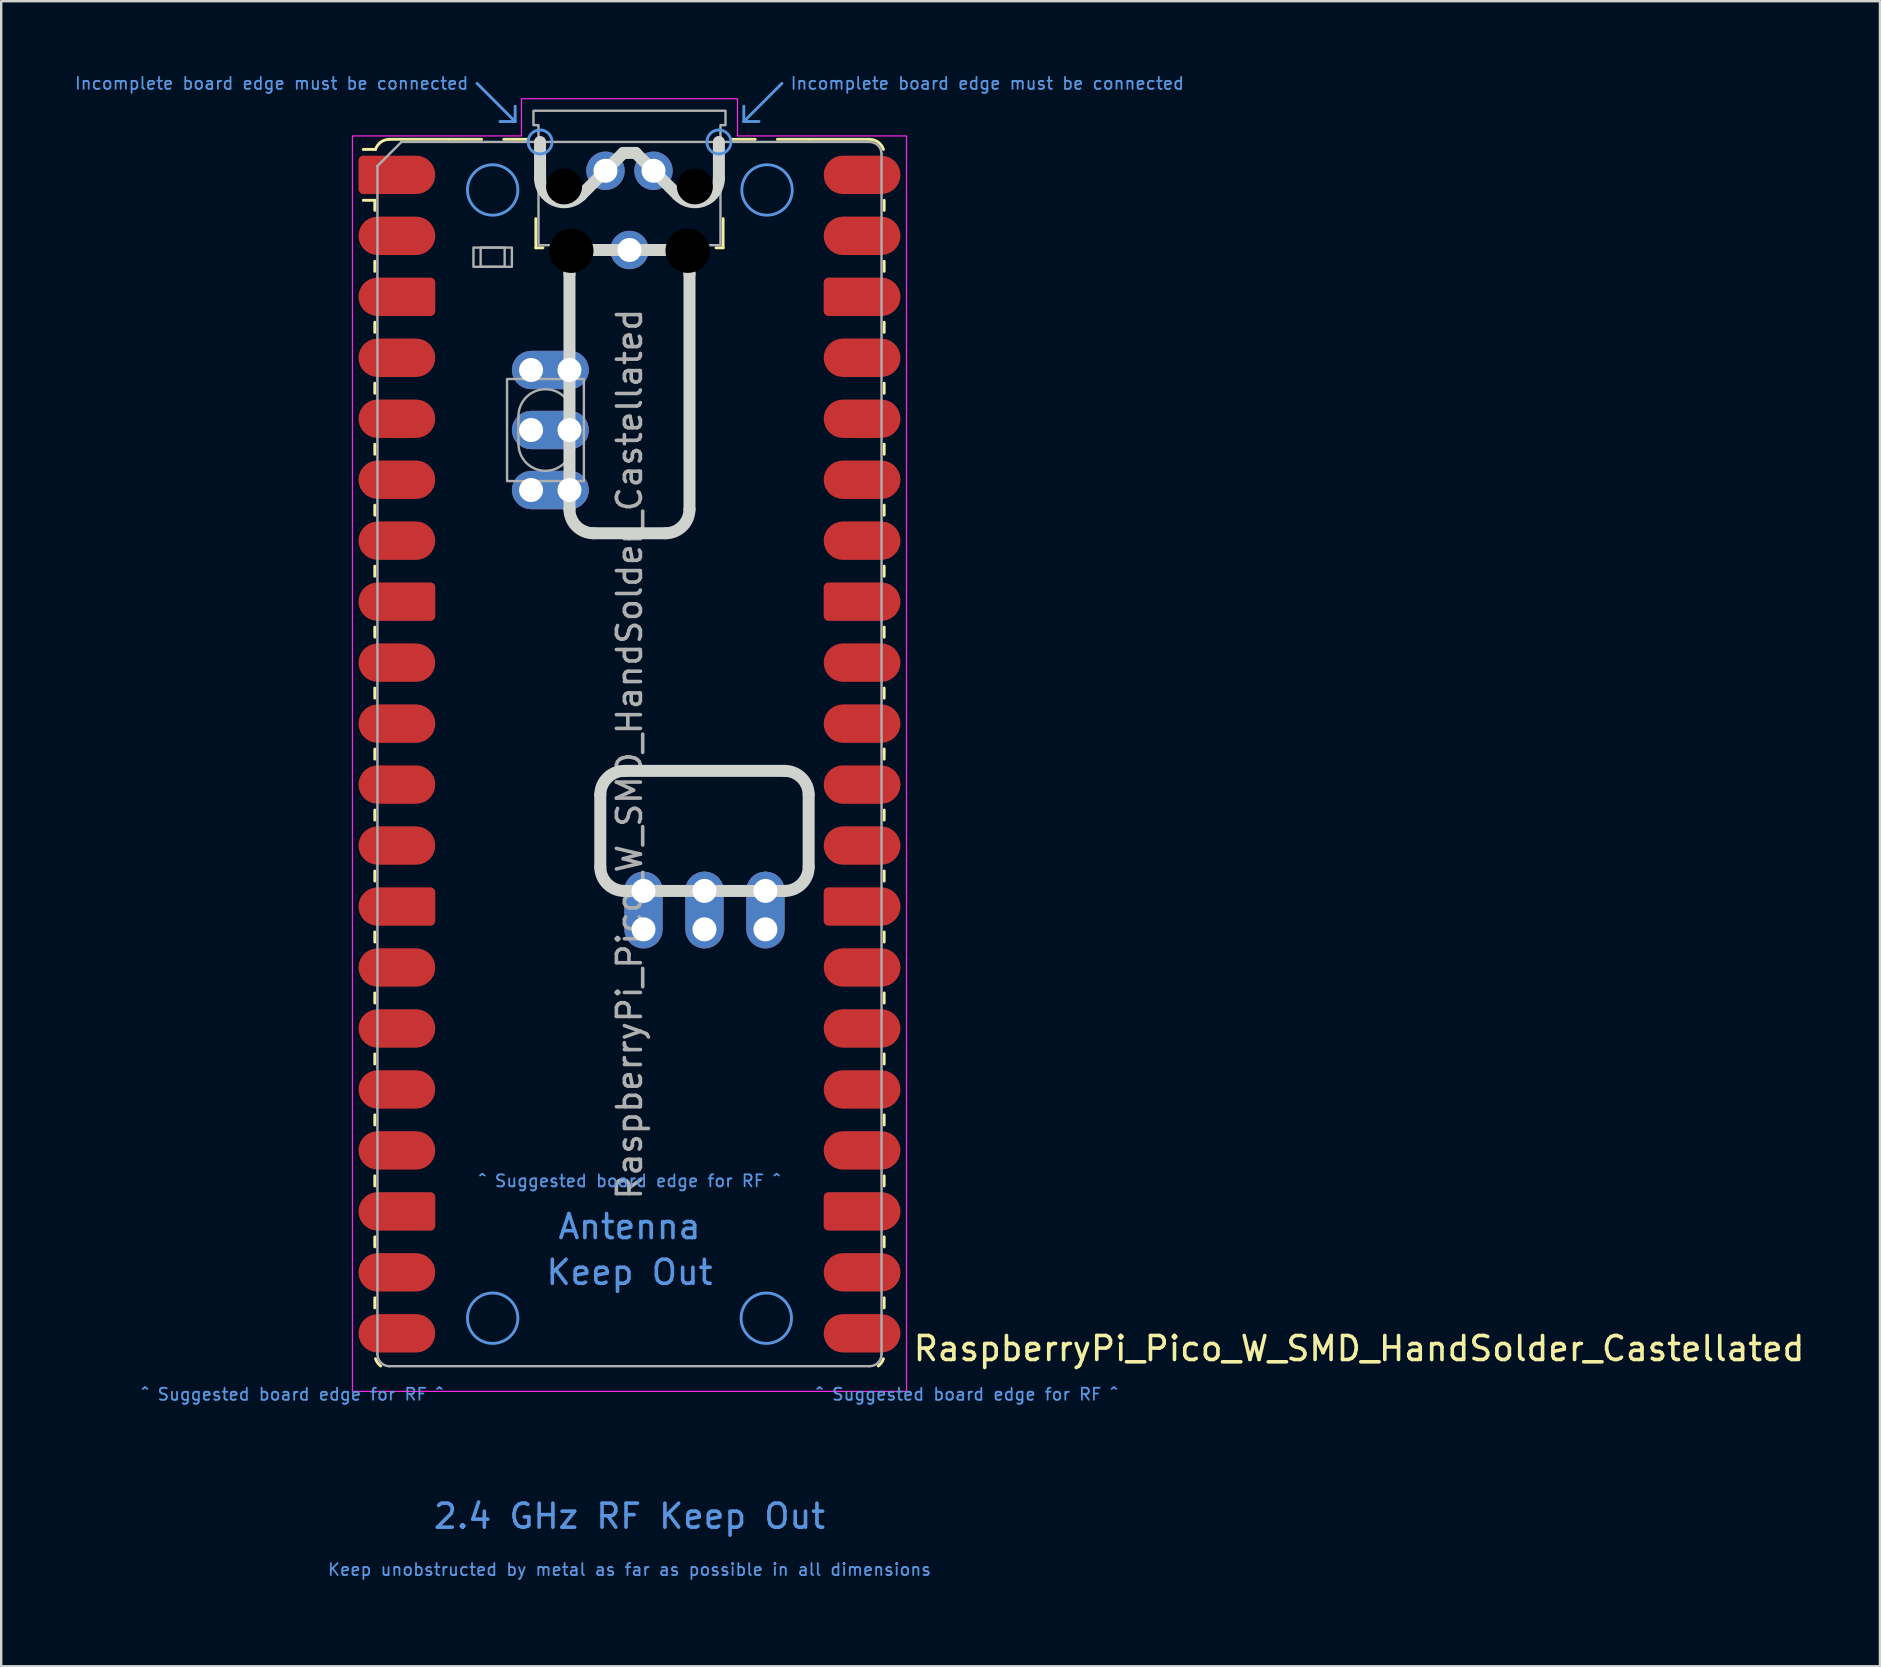
<source format=kicad_pcb>
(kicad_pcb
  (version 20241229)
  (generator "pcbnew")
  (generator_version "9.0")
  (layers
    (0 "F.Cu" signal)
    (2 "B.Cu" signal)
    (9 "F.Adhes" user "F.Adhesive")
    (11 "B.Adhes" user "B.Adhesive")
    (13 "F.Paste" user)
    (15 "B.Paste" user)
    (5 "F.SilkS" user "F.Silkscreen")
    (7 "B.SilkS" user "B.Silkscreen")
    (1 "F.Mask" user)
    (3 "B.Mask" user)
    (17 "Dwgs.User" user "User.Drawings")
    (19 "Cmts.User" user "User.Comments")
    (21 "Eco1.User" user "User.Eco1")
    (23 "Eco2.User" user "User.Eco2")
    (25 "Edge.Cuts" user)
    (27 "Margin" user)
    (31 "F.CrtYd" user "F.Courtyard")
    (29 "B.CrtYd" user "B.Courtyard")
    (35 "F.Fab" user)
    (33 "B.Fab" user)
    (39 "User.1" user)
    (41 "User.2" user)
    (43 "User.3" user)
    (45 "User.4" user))
  (footprint "RaspberryPi_Pico_W_SMD_HandSolder_Castellated"
    (layer "F.Cu")
    (at 23.173 28.364)
    (property "Reference" "RaspberryPi_Pico_W_SMD_HandSolder_Castellated" (at 11.748 24.765 0) (unlocked yes) (layer "F.SilkS") (effects (font (size 1 1) (thickness 0.15)) (justify left)))
    (attr smd)
    (fp_line (start -10.61 -23.07) (end -11.09 -23.07) (stroke (width 0.12) (type solid)) (layer "F.SilkS"))
    (fp_line (start -10.61 -23.07) (end -10.61 -22.65) (stroke (width 0.12) (type solid)) (layer "F.SilkS"))
    (fp_line (start -10.61 -20.53) (end -10.61 -20.11) (stroke (width 0.12) (type solid)) (layer "F.SilkS"))
    (fp_line (start -10.61 -17.99) (end -10.61 -17.57) (stroke (width 0.12) (type solid)) (layer "F.SilkS"))
    (fp_line (start -10.61 -15.45) (end -10.61 -15.03) (stroke (width 0.12) (type solid)) (layer "F.SilkS"))
    (fp_line (start -10.61 -12.91) (end -10.61 -12.49) (stroke (width 0.12) (type solid)) (layer "F.SilkS"))
    (fp_line (start -10.61 -10.37) (end -10.61 -9.95) (stroke (width 0.12) (type solid)) (layer "F.SilkS"))
    (fp_line (start -10.61 -7.83) (end -10.61 -7.41) (stroke (width 0.12) (type solid)) (layer "F.SilkS"))
    (fp_line (start -10.61 -5.29) (end -10.61 -4.87) (stroke (width 0.12) (type solid)) (layer "F.SilkS"))
    (fp_line (start -10.61 -2.75) (end -10.61 -2.33) (stroke (width 0.12) (type solid)) (layer "F.SilkS"))
    (fp_line (start -10.61 -0.21) (end -10.61 0.21) (stroke (width 0.12) (type solid)) (layer "F.SilkS"))
    (fp_line (start -10.61 2.33) (end -10.61 2.75) (stroke (width 0.12) (type solid)) (layer "F.SilkS"))
    (fp_line (start -10.61 4.87) (end -10.61 5.29) (stroke (width 0.12) (type solid)) (layer "F.SilkS"))
    (fp_line (start -10.61 7.41) (end -10.61 7.83) (stroke (width 0.12) (type solid)) (layer "F.SilkS"))
    (fp_line (start -10.61 9.95) (end -10.61 10.37) (stroke (width 0.12) (type solid)) (layer "F.SilkS"))
    (fp_line (start -10.61 12.49) (end -10.61 12.91) (stroke (width 0.12) (type solid)) (layer "F.SilkS"))
    (fp_line (start -10.61 15.03) (end -10.61 15.45) (stroke (width 0.12) (type solid)) (layer "F.SilkS"))
    (fp_line (start -10.61 17.57) (end -10.61 17.99) (stroke (width 0.12) (type solid)) (layer "F.SilkS"))
    (fp_line (start -10.61 20.11) (end -10.61 20.53) (stroke (width 0.12) (type solid)) (layer "F.SilkS"))
    (fp_line (start -10.61 22.65) (end -10.61 23.07) (stroke (width 0.12) (type solid)) (layer "F.SilkS"))
    (fp_line (start -10.58 -25.19) (end -11.09 -25.19) (stroke (width 0.12) (type solid)) (layer "F.SilkS"))
    (fp_line (start -10 -25.61) (end -7.51 -25.61) (stroke (width 0.12) (type solid)) (layer "F.SilkS"))
    (fp_line (start -7.51 -25.61) (end -6.162 -25.61) (stroke (width 0.12) (type solid)) (layer "F.SilkS"))
    (fp_line (start -5.238 -25.61) (end -4.235 -25.61) (stroke (width 0.12) (type solid)) (layer "F.SilkS"))
    (fp_line (start -3.9 -22.306) (end -3.9 -21.09) (stroke (width 0.12) (type solid)) (layer "F.SilkS"))
    (fp_line (start -3.9 -21.09) (end -3.604 -21.09) (stroke (width 0.12) (type solid)) (layer "F.SilkS"))
    (fp_line (start 3.604 -21.09) (end 3.9 -21.09) (stroke (width 0.12) (type solid)) (layer "F.SilkS"))
    (fp_line (start 3.9 -22.306) (end 3.9 -21.09) (stroke (width 0.12) (type solid)) (layer "F.SilkS"))
    (fp_line (start 4.235 -25.61) (end 5.238 -25.61) (stroke (width 0.12) (type solid)) (layer "F.SilkS"))
    (fp_line (start 6.162 -25.61) (end 7.51 -25.61) (stroke (width 0.12) (type solid)) (layer "F.SilkS"))
    (fp_line (start 10 -25.61) (end 7.51 -25.61) (stroke (width 0.12) (type solid)) (layer "F.SilkS"))
    (fp_line (start 10.61 -23.07) (end 10.61 -22.65) (stroke (width 0.12) (type solid)) (layer "F.SilkS"))
    (fp_line (start 10.61 -20.53) (end 10.61 -20.11) (stroke (width 0.12) (type solid)) (layer "F.SilkS"))
    (fp_line (start 10.61 -17.99) (end 10.61 -17.57) (stroke (width 0.12) (type solid)) (layer "F.SilkS"))
    (fp_line (start 10.61 -15.45) (end 10.61 -15.03) (stroke (width 0.12) (type solid)) (layer "F.SilkS"))
    (fp_line (start 10.61 -12.91) (end 10.61 -12.49) (stroke (width 0.12) (type solid)) (layer "F.SilkS"))
    (fp_line (start 10.61 -10.37) (end 10.61 -9.95) (stroke (width 0.12) (type solid)) (layer "F.SilkS"))
    (fp_line (start 10.61 -7.83) (end 10.61 -7.41) (stroke (width 0.12) (type solid)) (layer "F.SilkS"))
    (fp_line (start 10.61 -5.29) (end 10.61 -4.87) (stroke (width 0.12) (type solid)) (layer "F.SilkS"))
    (fp_line (start 10.61 -2.75) (end 10.61 -2.33) (stroke (width 0.12) (type solid)) (layer "F.SilkS"))
    (fp_line (start 10.61 -0.21) (end 10.61 0.21) (stroke (width 0.12) (type solid)) (layer "F.SilkS"))
    (fp_line (start 10.61 2.33) (end 10.61 2.75) (stroke (width 0.12) (type solid)) (layer "F.SilkS"))
    (fp_line (start 10.61 4.87) (end 10.61 5.29) (stroke (width 0.12) (type solid)) (layer "F.SilkS"))
    (fp_line (start 10.61 7.41) (end 10.61 7.83) (stroke (width 0.12) (type solid)) (layer "F.SilkS"))
    (fp_line (start 10.61 9.95) (end 10.61 10.37) (stroke (width 0.12) (type solid)) (layer "F.SilkS"))
    (fp_line (start 10.61 12.49) (end 10.61 12.91) (stroke (width 0.12) (type solid)) (layer "F.SilkS"))
    (fp_line (start 10.61 15.03) (end 10.61 15.45) (stroke (width 0.12) (type solid)) (layer "F.SilkS"))
    (fp_line (start 10.61 17.57) (end 10.61 17.99) (stroke (width 0.12) (type solid)) (layer "F.SilkS"))
    (fp_line (start 10.61 20.11) (end 10.61 20.53) (stroke (width 0.12) (type solid)) (layer "F.SilkS"))
    (fp_line (start 10.61 22.65) (end 10.61 23.07) (stroke (width 0.12) (type solid)) (layer "F.SilkS"))
    (fp_arc (start -10.579676 -25.19) (mid -10.357938 -25.493944) (end -10 -25.61) (stroke (width 0.12) (type solid)) (layer "F.SilkS"))
    (fp_arc (start -10.363318 25.49) (mid -10.494791 25.356765) (end -10.579676 25.189937) (stroke (width 0.12) (type solid)) (layer "F.SilkS"))
    (fp_arc (start 10 -25.61) (mid 10.357937 -25.493944) (end 10.579676 -25.189937) (stroke (width 0.12) (type solid)) (layer "F.SilkS"))
    (fp_arc (start 10.579676 25.189937) (mid 10.494803 25.356773) (end 10.363318 25.49) (stroke (width 0.12) (type solid)) (layer "F.SilkS"))
    (fp_line (start -6.35 -27.94) (end -4.763 -26.352) (stroke (width 0.12) (type solid)) (layer "Cmts.User"))
    (fp_line (start -4.763 -26.352) (end -5.397 -26.352) (stroke (width 0.12) (type solid)) (layer "Cmts.User"))
    (fp_line (start -4.763 -26.352) (end -4.763 -26.988) (stroke (width 0.12) (type solid)) (layer "Cmts.User"))
    (fp_line (start 4.763 -26.352) (end 4.763 -26.988) (stroke (width 0.12) (type solid)) (layer "Cmts.User"))
    (fp_line (start 4.763 -26.352) (end 5.397 -26.352) (stroke (width 0.12) (type solid)) (layer "Cmts.User"))
    (fp_line (start 6.35 -27.94) (end 4.763 -26.352) (stroke (width 0.12) (type solid)) (layer "Cmts.User"))
    (fp_circle (center -5.7 -23.5) (end -4.65 -23.5) (stroke (width 0.12) (type solid)) (fill no) (layer "Cmts.User"))
    (fp_circle (center -5.7 23.5) (end -4.65 23.5) (stroke (width 0.12) (type solid)) (fill no) (layer "Cmts.User"))
    (fp_circle (center -3.725 -25.5) (end -3.225 -25.5) (stroke (width 0.12) (type solid)) (fill no) (layer "Cmts.User"))
    (fp_circle (center 3.725 -25.5) (end 3.225 -25.5) (stroke (width 0.12) (type solid)) (fill no) (layer "Cmts.User"))
    (fp_circle (center 5.7 23.5) (end 6.75 23.5) (stroke (width 0.12) (type solid)) (fill no) (layer "Cmts.User"))
    (fp_circle (center 5.73 -23.5) (end 6.78 -23.5) (stroke (width 0.12) (type solid)) (fill no) (layer "Cmts.User"))
    (fp_line (start -3.725 -23.989) (end -3.725 -25.5) (stroke (width 0.5) (type solid)) (layer "Edge.Cuts"))
    (fp_line (start -2.5 -20) (end -2.5 -10.2) (stroke (width 0.5) (type solid)) (layer "Edge.Cuts"))
    (fp_line (start -2.018 -23.282) (end -0.258 -25.042) (stroke (width 0.5) (type solid)) (layer "Edge.Cuts"))
    (fp_line (start -1.216 4.7) (end -1.216 1.7) (stroke (width 0.5) (type solid)) (layer "Edge.Cuts"))
    (fp_line (start -0.216 5.7) (end 6.464 5.7) (stroke (width 0.5) (type solid)) (layer "Edge.Cuts"))
    (fp_line (start 0.258 -25.042) (end -0.258 -25.042) (stroke (width 0.5) (type solid)) (layer "Edge.Cuts"))
    (fp_line (start 1.5 -21) (end -1.5 -21) (stroke (width 0.5) (type solid)) (layer "Edge.Cuts"))
    (fp_line (start 1.5 -9.2) (end -1.5 -9.2) (stroke (width 0.5) (type solid)) (layer "Edge.Cuts"))
    (fp_line (start 2.018 -23.282) (end 0.258 -25.042) (stroke (width 0.5) (type solid)) (layer "Edge.Cuts"))
    (fp_line (start 2.5 -10.2) (end 2.5 -20) (stroke (width 0.5) (type solid)) (layer "Edge.Cuts"))
    (fp_line (start 3.725 -23.989) (end 3.725 -25.5) (stroke (width 0.5) (type solid)) (layer "Edge.Cuts"))
    (fp_line (start 6.464 0.7) (end -0.216 0.7) (stroke (width 0.5) (type solid)) (layer "Edge.Cuts"))
    (fp_line (start 7.464 1.7) (end 7.464 4.7) (stroke (width 0.5) (type solid)) (layer "Edge.Cuts"))
    (fp_arc (start -2.5 -20) (mid -2.207143 -20.707143) (end -1.5 -21) (stroke (width 0.5) (type solid)) (layer "Edge.Cuts"))
    (fp_arc (start -2.017893 -23.282106) (mid -3.107741 -23.065192) (end -3.725 -23.989213) (stroke (width 0.5) (type solid)) (layer "Edge.Cuts"))
    (fp_arc (start -1.5 -9.2) (mid -2.20708 -9.49292) (end -2.5 -10.2) (stroke (width 0.5) (type solid)) (layer "Edge.Cuts"))
    (fp_arc (start -1.2159 1.7) (mid -0.923007 0.992893) (end -0.2159 0.7) (stroke (width 0.5) (type solid)) (layer "Edge.Cuts"))
    (fp_arc (start -0.2159 5.7) (mid -0.923007 5.407107) (end -1.2159 4.7) (stroke (width 0.5) (type solid)) (layer "Edge.Cuts"))
    (fp_arc (start 1.5 -21) (mid 2.207133 -20.707133) (end 2.5 -20) (stroke (width 0.5) (type solid)) (layer "Edge.Cuts"))
    (fp_arc (start 2.5 -10.2) (mid 2.207072 -9.492928) (end 1.5 -9.2) (stroke (width 0.5) (type solid)) (layer "Edge.Cuts"))
    (fp_arc (start 3.725 -23.989213) (mid 3.107683 -23.065333) (end 2.017893 -23.282106) (stroke (width 0.5) (type solid)) (layer "Edge.Cuts"))
    (fp_arc (start 6.4641 0.7) (mid 7.171207 0.992893) (end 7.4641 1.7) (stroke (width 0.5) (type solid)) (layer "Edge.Cuts"))
    (fp_arc (start 7.4641 4.7) (mid 7.171207 5.407107) (end 6.4641 5.7) (stroke (width 0.5) (type solid)) (layer "Edge.Cuts"))
    (fp_poly (pts (xy -4.5 -27.3) (xy 4.5 -27.3) (xy 4.5 -25.75) (xy 11.54 -25.75) (xy 11.54 26.55) (xy -11.54 26.55) (xy -11.54 -25.75) (xy -4.5 -25.75)) (stroke (width 0.05) (type solid)) (fill no) (layer "F.CrtYd"))
    (fp_line (start -10.5 -24.5) (end -9.5 -25.5) (stroke (width 0.1) (type solid)) (layer "F.Fab"))
    (fp_line (start -10.5 25) (end -10.5 -24.5) (stroke (width 0.1) (type solid)) (layer "F.Fab"))
    (fp_line (start -9.5 -25.5) (end 10 -25.5) (stroke (width 0.1) (type solid)) (layer "F.Fab"))
    (fp_line (start -4.625 -14.075) (end -4.625 -12.925) (stroke (width 0.1) (type solid)) (layer "F.Fab"))
    (fp_line (start -2.375 -14.075) (end -2.375 -12.925) (stroke (width 0.1) (type solid)) (layer "F.Fab"))
    (fp_line (start 10 25.5) (end -10 25.5) (stroke (width 0.1) (type solid)) (layer "F.Fab"))
    (fp_line (start 10.5 -25) (end 10.5 25) (stroke (width 0.1) (type solid)) (layer "F.Fab"))
    (fp_rect (start -6.5 -21.1) (end -4.9 -20.3) (stroke (width 0.1) (type solid)) (fill no) (layer "F.Fab"))
    (fp_rect (start -6.2 -21.1) (end -5.2 -20.3) (stroke (width 0.1) (type solid)) (fill no) (layer "F.Fab"))
    (fp_rect (start -5.1 -15.625) (end -1.9 -11.375) (stroke (width 0.1) (type solid)) (fill no) (layer "F.Fab"))
    (fp_arc (start -10 25.5) (mid -10.353553 25.353553) (end -10.5 25) (stroke (width 0.1) (type solid)) (layer "F.Fab"))
    (fp_arc (start -4.625 -14.075) (mid -3.5 -15.2) (end -2.375 -14.075) (stroke (width 0.1) (type solid)) (layer "F.Fab"))
    (fp_arc (start -2.375 -12.925) (mid -3.5 -11.8) (end -4.625 -12.925) (stroke (width 0.1) (type solid)) (layer "F.Fab"))
    (fp_arc (start 10 -25.5) (mid 10.353553 -25.353553) (end 10.5 -25) (stroke (width 0.1) (type solid)) (layer "F.Fab"))
    (fp_arc (start 10.5 25) (mid 10.353553 25.353553) (end 10 25.5) (stroke (width 0.1) (type solid)) (layer "F.Fab"))
    (fp_poly (pts (xy 3.79 -21.2) (xy 3.79 -26.2) (xy 4 -26.2) (xy 4 -26.8) (xy -4 -26.8) (xy -4 -26.2) (xy -3.79 -26.2) (xy -3.79 -21.2)) (stroke (width 0.1) (type solid)) (fill no) (layer "F.Fab"))
    (fp_text user "Keep Out" (at 0 21.59 0) (unlocked yes) (layer "Cmts.User") (effects (font (size 1 1) (thickness 0.15))))
    (fp_text user "Incomplete board edge must be connected" (at 6.668 -27.94 0) (unlocked yes) (layer "Cmts.User") (effects (font (size 0.5 0.5) (thickness 0.075)) (justify left)))
    (fp_text user "Keep unobstructed by metal as far as possible in all dimensions" (at 0 33.972 0) (unlocked yes) (layer "Cmts.User") (effects (font (size 0.5 0.5) (thickness 0.075))))
    (fp_text user "^ Suggested board edge for RF ^" (at 14.05 26.67 0) (unlocked yes) (layer "Cmts.User") (effects (font (size 0.5 0.5) (thickness 0.075))))
    (fp_text user "2.4 GHz RF Keep Out" (at 0 31.75 0) (unlocked yes) (layer "Cmts.User") (effects (font (size 1 1) (thickness 0.15))))
    (fp_text user "Incomplete board edge must be connected" (at -6.668 -27.94 0) (unlocked yes) (layer "Cmts.User") (effects (font (size 0.5 0.5) (thickness 0.075)) (justify right)))
    (fp_text user "^ Suggested board edge for RF ^" (at -14.05 26.67 0) (unlocked yes) (layer "Cmts.User") (effects (font (size 0.5 0.5) (thickness 0.075))))
    (fp_text user "Antenna" (at 0 19.685 0) (unlocked yes) (layer "Cmts.User") (effects (font (size 1 1) (thickness 0.15))))
    (fp_text user "^ Suggested board edge for RF ^" (at 0 17.78 0) (unlocked yes) (layer "Cmts.User") (effects (font (size 0.5 0.5) (thickness 0.075))))
    (fp_text user "${REFERENCE}" (at 0 0 90) (layer "F.Fab") (effects (font (size 1 1) (thickness 0.15))))
    (pad "" smd rect (at -8.89 -24.13) (size 3.8 2.2) (drill (offset -0.8 0)) (layers "F.Paste"))
    (pad "" smd rect (at -8.89 -21.59) (size 3.8 2.2) (drill (offset -0.8 0)) (layers "F.Paste"))
    (pad "" smd rect (at -8.89 -19.05) (size 3.8 2.2) (drill (offset -0.8 0)) (layers "F.Paste"))
    (pad "" smd rect (at -8.89 -16.51) (size 3.8 2.2) (drill (offset -0.8 0)) (layers "F.Paste"))
    (pad "" smd rect (at -8.89 -13.97) (size 3.8 2.2) (drill (offset -0.8 0)) (layers "F.Paste"))
    (pad "" smd rect (at -8.89 -11.43) (size 3.8 2.2) (drill (offset -0.8 0)) (layers "F.Paste"))
    (pad "" smd rect (at -8.89 -8.89) (size 3.8 2.2) (drill (offset -0.8 0)) (layers "F.Paste"))
    (pad "" smd rect (at -8.89 -6.35) (size 3.8 2.2) (drill (offset -0.8 0)) (layers "F.Paste"))
    (pad "" smd rect (at -8.89 -3.81) (size 3.8 2.2) (drill (offset -0.8 0)) (layers "F.Paste"))
    (pad "" smd rect (at -8.89 -1.27) (size 3.8 2.2) (drill (offset -0.8 0)) (layers "F.Paste"))
    (pad "" smd rect (at -8.89 1.27) (size 3.8 2.2) (drill (offset -0.8 0)) (layers "F.Paste"))
    (pad "" smd rect (at -8.89 3.81) (size 3.8 2.2) (drill (offset -0.8 0)) (layers "F.Paste"))
    (pad "" smd rect (at -8.89 6.35) (size 3.8 2.2) (drill (offset -0.8 0)) (layers "F.Paste"))
    (pad "" smd rect (at -8.89 8.89) (size 3.8 2.2) (drill (offset -0.8 0)) (layers "F.Paste"))
    (pad "" smd rect (at -8.89 11.43) (size 3.8 2.2) (drill (offset -0.8 0)) (layers "F.Paste"))
    (pad "" smd rect (at -8.89 13.97) (size 3.8 2.2) (drill (offset -0.8 0)) (layers "F.Paste"))
    (pad "" smd rect (at -8.89 16.51) (size 3.8 2.2) (drill (offset -0.8 0)) (layers "F.Paste"))
    (pad "" smd rect (at -8.89 19.05) (size 3.8 2.2) (drill (offset -0.8 0)) (layers "F.Paste"))
    (pad "" smd rect (at -8.89 21.59) (size 3.8 2.2) (drill (offset -0.8 0)) (layers "F.Paste"))
    (pad "" smd rect (at -8.89 24.13) (size 3.8 2.2) (drill (offset -0.8 0)) (layers "F.Paste"))
    (pad "" np_thru_hole circle (at -2.725 -23.65) (size 1.5 1.5) (drill 1.5) (layers "*.Mask"))
    (pad "" np_thru_hole circle (at -2.425 -20.97) (size 1.85 1.85) (drill 1.85) (layers "*.Mask"))
    (pad "" np_thru_hole circle (at 2.425 -20.97) (size 1.85 1.85) (drill 1.85) (layers "*.Mask"))
    (pad "" np_thru_hole circle (at 2.725 -23.65) (size 1.5 1.5) (drill 1.5) (layers "*.Mask"))
    (pad "" smd rect (at 8.89 -24.13) (size 3.8 2.2) (drill (offset 0.8 0)) (layers "F.Paste"))
    (pad "" smd rect (at 8.89 -21.59) (size 3.8 2.2) (drill (offset 0.8 0)) (layers "F.Paste"))
    (pad "" smd rect (at 8.89 -19.05) (size 3.8 2.2) (drill (offset 0.8 0)) (layers "F.Paste"))
    (pad "" smd rect (at 8.89 -16.51) (size 3.8 2.2) (drill (offset 0.8 0)) (layers "F.Paste"))
    (pad "" smd rect (at 8.89 -13.97) (size 3.8 2.2) (drill (offset 0.8 0)) (layers "F.Paste"))
    (pad "" smd rect (at 8.89 -11.43) (size 3.8 2.2) (drill (offset 0.8 0)) (layers "F.Paste"))
    (pad "" smd rect (at 8.89 -8.89) (size 3.8 2.2) (drill (offset 0.8 0)) (layers "F.Paste"))
    (pad "" smd rect (at 8.89 -6.35) (size 3.8 2.2) (drill (offset 0.8 0)) (layers "F.Paste"))
    (pad "" smd rect (at 8.89 -3.81) (size 3.8 2.2) (drill (offset 0.8 0)) (layers "F.Paste"))
    (pad "" smd rect (at 8.89 -1.27) (size 3.8 2.2) (drill (offset 0.8 0)) (layers "F.Paste"))
    (pad "" smd rect (at 8.89 1.27) (size 3.8 2.2) (drill (offset 0.8 0)) (layers "F.Paste"))
    (pad "" smd rect (at 8.89 3.81) (size 3.8 2.2) (drill (offset 0.8 0)) (layers "F.Paste"))
    (pad "" smd rect (at 8.89 6.35) (size 3.8 2.2) (drill (offset 0.8 0)) (layers "F.Paste"))
    (pad "" smd rect (at 8.89 8.89) (size 3.8 2.2) (drill (offset 0.8 0)) (layers "F.Paste"))
    (pad "" smd rect (at 8.89 11.43) (size 3.8 2.2) (drill (offset 0.8 0)) (layers "F.Paste"))
    (pad "" smd rect (at 8.89 13.97) (size 3.8 2.2) (drill (offset 0.8 0)) (layers "F.Paste"))
    (pad "" smd rect (at 8.89 16.51) (size 3.8 2.2) (drill (offset 0.8 0)) (layers "F.Paste"))
    (pad "" smd rect (at 8.89 19.05) (size 3.8 2.2) (drill (offset 0.8 0)) (layers "F.Paste"))
    (pad "" smd rect (at 8.89 21.59) (size 3.8 2.2) (drill (offset 0.8 0)) (layers "F.Paste"))
    (pad "" smd rect (at 8.89 24.13) (size 3.8 2.2) (drill (offset 0.8 0)) (layers "F.Paste"))
    (pad "1" smd custom (at -9.69 -24.13) (size 1.6 0.8) (layers "F.Cu" "F.Mask") (options (anchor rect)) (primitives (gr_circle (center 0.8 0) (end 1.6 0) (width 0) (fill yes)) (gr_poly (pts (xy -1.6 -0.6) (xy -1.6 0.6) (xy -1.4 0.8) (xy 0.8 0.8) (xy 0.8 -0.8) (xy -1.4 -0.8)) (width 0) (fill yes)) (gr_circle (center -1.4 -0.6) (end -1.2 -0.6) (width 0) (fill yes)) (gr_circle (center -1.4 0.6) (end -1.2 0.6) (width 0) (fill yes))))
    (pad "2" smd roundrect (at -9.69 -21.59) (size 3.2 1.6) (layers "F.Cu" "F.Mask") (roundrect_rratio 0.5))
    (pad "3" smd custom (at -9.69 -19.05) (size 1.6 0.8) (layers "F.Cu" "F.Mask") (options (anchor rect)) (primitives (gr_circle (center -0.8 0) (end 0 0) (width 0) (fill yes)) (gr_poly (pts (xy 1.6 -0.6) (xy 1.6 0.6) (xy 1.4 0.8) (xy -0.8 0.8) (xy -0.8 -0.8) (xy 1.4 -0.8)) (width 0) (fill yes)) (gr_circle (center 1.4 -0.6) (end 1.6 -0.6) (width 0) (fill yes)) (gr_circle (center 1.4 0.6) (end 1.6 0.6) (width 0) (fill yes))))
    (pad "4" smd roundrect (at -9.69 -16.51) (size 3.2 1.6) (layers "F.Cu" "F.Mask") (roundrect_rratio 0.5))
    (pad "5" smd roundrect (at -9.69 -13.97) (size 3.2 1.6) (layers "F.Cu" "F.Mask") (roundrect_rratio 0.5))
    (pad "6" smd roundrect (at -9.69 -11.43) (size 3.2 1.6) (layers "F.Cu" "F.Mask") (roundrect_rratio 0.5))
    (pad "7" smd roundrect (at -9.69 -8.89) (size 3.2 1.6) (layers "F.Cu" "F.Mask") (roundrect_rratio 0.5))
    (pad "8" smd custom (at -9.69 -6.35) (size 1.6 0.8) (layers "F.Cu" "F.Mask") (options (anchor rect)) (primitives (gr_circle (center -0.8 0) (end 0 0) (width 0) (fill yes)) (gr_poly (pts (xy 1.6 -0.6) (xy 1.6 0.6) (xy 1.4 0.8) (xy -0.8 0.8) (xy -0.8 -0.8) (xy 1.4 -0.8)) (width 0) (fill yes)) (gr_circle (center 1.4 -0.6) (end 1.6 -0.6) (width 0) (fill yes)) (gr_circle (center 1.4 0.6) (end 1.6 0.6) (width 0) (fill yes))))
    (pad "9" smd roundrect (at -9.69 -3.81) (size 3.2 1.6) (layers "F.Cu" "F.Mask") (roundrect_rratio 0.5))
    (pad "10" smd roundrect (at -9.69 -1.27) (size 3.2 1.6) (layers "F.Cu" "F.Mask") (roundrect_rratio 0.5))
    (pad "11" smd roundrect (at -9.69 1.27) (size 3.2 1.6) (layers "F.Cu" "F.Mask") (roundrect_rratio 0.5))
    (pad "12" smd roundrect (at -9.69 3.81) (size 3.2 1.6) (layers "F.Cu" "F.Mask") (roundrect_rratio 0.5))
    (pad "13" smd custom (at -9.69 6.35) (size 1.6 0.8) (layers "F.Cu" "F.Mask") (options (anchor rect)) (primitives (gr_circle (center -0.8 0) (end 0 0) (width 0) (fill yes)) (gr_poly (pts (xy 1.6 -0.6) (xy 1.6 0.6) (xy 1.4 0.8) (xy -0.8 0.8) (xy -0.8 -0.8) (xy 1.4 -0.8)) (width 0) (fill yes)) (gr_circle (center 1.4 -0.6) (end 1.6 -0.6) (width 0) (fill yes)) (gr_circle (center 1.4 0.6) (end 1.6 0.6) (width 0) (fill yes))))
    (pad "14" smd roundrect (at -9.69 8.89) (size 3.2 1.6) (layers "F.Cu" "F.Mask") (roundrect_rratio 0.5))
    (pad "15" smd roundrect (at -9.69 11.43) (size 3.2 1.6) (layers "F.Cu" "F.Mask") (roundrect_rratio 0.5))
    (pad "16" smd roundrect (at -9.69 13.97) (size 3.2 1.6) (layers "F.Cu" "F.Mask") (roundrect_rratio 0.5))
    (pad "17" smd roundrect (at -9.69 16.51) (size 3.2 1.6) (layers "F.Cu" "F.Mask") (roundrect_rratio 0.5))
    (pad "18" smd custom (at -9.69 19.05) (size 1.6 0.8) (layers "F.Cu" "F.Mask") (options (anchor rect)) (primitives (gr_circle (center -0.8 0) (end 0 0) (width 0) (fill yes)) (gr_poly (pts (xy 1.6 -0.6) (xy 1.6 0.6) (xy 1.4 0.8) (xy -0.8 0.8) (xy -0.8 -0.8) (xy 1.4 -0.8)) (width 0) (fill yes)) (gr_circle (center 1.4 -0.6) (end 1.6 -0.6) (width 0) (fill yes)) (gr_circle (center 1.4 0.6) (end 1.6 0.6) (width 0) (fill yes))))
    (pad "19" smd roundrect (at -9.69 21.59) (size 3.2 1.6) (layers "F.Cu" "F.Mask") (roundrect_rratio 0.5))
    (pad "20" smd roundrect (at -9.69 24.13) (size 3.2 1.6) (layers "F.Cu" "F.Mask") (roundrect_rratio 0.5))
    (pad "21" smd roundrect (at 9.69 24.13) (size 3.2 1.6) (layers "F.Cu" "F.Mask") (roundrect_rratio 0.5))
    (pad "22" smd roundrect (at 9.69 21.59) (size 3.2 1.6) (layers "F.Cu" "F.Mask") (roundrect_rratio 0.5))
    (pad "23" smd custom (at 9.69 19.05) (size 1.6 0.8) (layers "F.Cu" "F.Mask") (options (anchor rect)) (primitives (gr_circle (center 0.8 0) (end 1.6 0) (width 0) (fill yes)) (gr_poly (pts (xy -1.6 -0.6) (xy -1.6 0.6) (xy -1.4 0.8) (xy 0.8 0.8) (xy 0.8 -0.8) (xy -1.4 -0.8)) (width 0) (fill yes)) (gr_circle (center -1.4 -0.6) (end -1.2 -0.6) (width 0) (fill yes)) (gr_circle (center -1.4 0.6) (end -1.2 0.6) (width 0) (fill yes))))
    (pad "24" smd roundrect (at 9.69 16.51) (size 3.2 1.6) (layers "F.Cu" "F.Mask") (roundrect_rratio 0.5))
    (pad "25" smd roundrect (at 9.69 13.97) (size 3.2 1.6) (layers "F.Cu" "F.Mask") (roundrect_rratio 0.5))
    (pad "26" smd roundrect (at 9.69 11.43) (size 3.2 1.6) (layers "F.Cu" "F.Mask") (roundrect_rratio 0.5))
    (pad "27" smd roundrect (at 9.69 8.89) (size 3.2 1.6) (layers "F.Cu" "F.Mask") (roundrect_rratio 0.5))
    (pad "28" smd custom (at 9.69 6.35) (size 1.6 0.8) (layers "F.Cu" "F.Mask") (options (anchor rect)) (primitives (gr_circle (center 0.8 0) (end 1.6 0) (width 0) (fill yes)) (gr_poly (pts (xy -1.6 -0.6) (xy -1.6 0.6) (xy -1.4 0.8) (xy 0.8 0.8) (xy 0.8 -0.8) (xy -1.4 -0.8)) (width 0) (fill yes)) (gr_circle (center -1.4 -0.6) (end -1.2 -0.6) (width 0) (fill yes)) (gr_circle (center -1.4 0.6) (end -1.2 0.6) (width 0) (fill yes))))
    (pad "29" smd roundrect (at 9.69 3.81) (size 3.2 1.6) (layers "F.Cu" "F.Mask") (roundrect_rratio 0.5))
    (pad "30" smd roundrect (at 9.69 1.27) (size 3.2 1.6) (layers "F.Cu" "F.Mask") (roundrect_rratio 0.5))
    (pad "31" smd roundrect (at 9.69 -1.27) (size 3.2 1.6) (layers "F.Cu" "F.Mask") (roundrect_rratio 0.5))
    (pad "32" smd roundrect (at 9.69 -3.81) (size 3.2 1.6) (layers "F.Cu" "F.Mask") (roundrect_rratio 0.5))
    (pad "33" smd custom (at 9.69 -6.35) (size 1.6 0.8) (layers "F.Cu" "F.Mask") (options (anchor rect)) (primitives (gr_circle (center 0.8 0) (end 1.6 0) (width 0) (fill yes)) (gr_poly (pts (xy -1.6 -0.6) (xy -1.6 0.6) (xy -1.4 0.8) (xy 0.8 0.8) (xy 0.8 -0.8) (xy -1.4 -0.8)) (width 0) (fill yes)) (gr_circle (center -1.4 -0.6) (end -1.2 -0.6) (width 0) (fill yes)) (gr_circle (center -1.4 0.6) (end -1.2 0.6) (width 0) (fill yes))))
    (pad "34" smd roundrect (at 9.69 -8.89) (size 3.2 1.6) (layers "F.Cu" "F.Mask") (roundrect_rratio 0.5))
    (pad "35" smd roundrect (at 9.69 -11.43) (size 3.2 1.6) (layers "F.Cu" "F.Mask") (roundrect_rratio 0.5))
    (pad "36" smd roundrect (at 9.69 -13.97) (size 3.2 1.6) (layers "F.Cu" "F.Mask") (roundrect_rratio 0.5))
    (pad "37" smd roundrect (at 9.69 -16.51) (size 3.2 1.6) (layers "F.Cu" "F.Mask") (roundrect_rratio 0.5))
    (pad "38" smd custom (at 9.69 -19.05) (size 1.6 0.8) (layers "F.Cu" "F.Mask") (options (anchor rect)) (primitives (gr_circle (center 0.8 0) (end 1.6 0) (width 0) (fill yes)) (gr_poly (pts (xy -1.6 -0.6) (xy -1.6 0.6) (xy -1.4 0.8) (xy 0.8 0.8) (xy 0.8 -0.8) (xy -1.4 -0.8)) (width 0) (fill yes)) (gr_circle (center -1.4 -0.6) (end -1.2 -0.6) (width 0) (fill yes)) (gr_circle (center -1.4 0.6) (end -1.2 0.6) (width 0) (fill yes))))
    (pad "39" smd roundrect (at 9.69 -21.59) (size 3.2 1.6) (layers "F.Cu" "F.Mask") (roundrect_rratio 0.5))
    (pad "40" smd roundrect (at 9.69 -24.13) (size 3.2 1.6) (layers "F.Cu" "F.Mask") (roundrect_rratio 0.5))
    (pad "D1" thru_hole circle (at 0.584 5.7) (size 1.6 1.6) (drill 1) (property pad_prop_castellated) (layers "*.Cu" "*.Mask"))
    (pad "D1" thru_hole roundrect (at 0.584 7.3) (size 1.6 3.2) (drill 1 (offset 0 -0.8)) (property pad_prop_castellated) (layers "*.Cu" "*.Mask") (roundrect_rratio 0.5))
    (pad "D2" thru_hole circle (at 3.124 5.7) (size 1.6 1.6) (drill 1) (property pad_prop_castellated) (layers "*.Cu" "*.Mask"))
    (pad "D2" thru_hole roundrect (at 3.124 7.3) (size 1.6 3.2) (drill 1 (offset 0 -0.8)) (property pad_prop_castellated) (layers "*.Cu" "*.Mask") (roundrect_rratio 0.5))
    (pad "D3" thru_hole circle (at 5.664 5.7) (size 1.6 1.6) (drill 1) (property pad_prop_castellated) (layers "*.Cu" "*.Mask"))
    (pad "D3" thru_hole roundrect (at 5.664 7.3) (size 1.6 3.2) (drill 1 (offset 0 -0.8)) (property pad_prop_castellated) (layers "*.Cu" "*.Mask") (roundrect_rratio 0.5))
    (pad "TP1" thru_hole circle (at 0 -21) (size 1.6 1.6) (drill 1) (property pad_prop_castellated) (layers "*.Cu" "*.Mask"))
    (pad "TP2" thru_hole circle (at 1 -24.3) (size 1.6 1.6) (drill 1) (property pad_prop_castellated) (layers "*.Cu" "*.Mask"))
    (pad "TP3" thru_hole circle (at -1 -24.3) (size 1.6 1.6) (drill 1) (property pad_prop_castellated) (layers "*.Cu" "*.Mask"))
    (pad "TP4" thru_hole roundrect (at -4.1 -16) (size 3.2 1.6) (drill 1 (offset 0.8 0)) (property pad_prop_castellated) (layers "*.Cu" "*.Mask") (roundrect_rratio 0.5))
    (pad "TP4" thru_hole circle (at -2.5 -16) (size 1.6 1.6) (drill 1) (property pad_prop_castellated) (layers "*.Cu" "*.Mask"))
    (pad "TP5" thru_hole roundrect (at -4.1 -13.5) (size 3.2 1.6) (drill 1 (offset 0.8 0)) (property pad_prop_castellated) (layers "*.Cu" "*.Mask") (roundrect_rratio 0.5))
    (pad "TP5" thru_hole circle (at -2.5 -13.5) (size 1.6 1.6) (drill 1) (property pad_prop_castellated) (layers "*.Cu" "*.Mask"))
    (pad "TP6" thru_hole roundrect (at -4.1 -11) (size 3.2 1.6) (drill 1 (offset 0.8 0)) (property pad_prop_castellated) (layers "*.Cu" "*.Mask") (roundrect_rratio 0.5))
    (pad "TP6" thru_hole circle (at -2.5 -11) (size 1.6 1.6) (drill 1) (property pad_prop_castellated) (layers "*.Cu" "*.Mask"))
    (zone (net_name "") (layers "F.Cu" "B.Cu" "F.Paste" "B.Paste") (name "RF Copper Keep Out") (hatch full 0.5) (connect_pads) (min_thickness 0.254) (filled_areas_thickness no) (keepout (tracks not_allowed) (vias not_allowed) (pads not_allowed) (copperpour not_allowed) (footprints not_allowed)) (placement (enabled no)) (fill) (polygon (pts (xy 2.173 53.364) (xy 44.173 53.364) (xy 44.173 63.364) (xy 2.173 63.364))))
    (zone (net_name "") (layers "F.Cu" "B.Cu" "F.Paste" "B.Paste") (name "Antenna Copper Keep Out") (hatch full 0.5) (connect_pads) (min_thickness 0.254) (filled_areas_thickness no) (keepout (tracks not_allowed) (vias not_allowed) (pads not_allowed) (copperpour not_allowed) (footprints not_allowed)) (placement (enabled no)) (fill) (polygon (pts (xy 20.773 53.354) (xy 16.073 49.704) (xy 16.073 45.364) (xy 30.273 45.364) (xy 30.273 49.704) (xy 25.573 53.354) (xy 25.573 53.364) (xy 20.773 53.364))))
    (zone (net_name "") (layer "Edge.Cuts") (name "Board Keep Out Suggestion RF") (hatch edge 0.5) (connect_pads) (min_thickness 0.254) (filled_areas_thickness no) (keepout (tracks allowed) (vias allowed) (pads allowed) (copperpour allowed) (footprints allowed)) (placement (enabled no)) (fill) (polygon (pts (xy 30.273 54.364) (xy 44.173 54.364) (xy 44.173 63.364) (xy 2.173 63.364) (xy 2.173 54.364) (xy 16.073 54.364) (xy 16.073 45.364) (xy 30.273 45.364))))
    (zone (net_name "") (layer "Edge.Cuts") (name "Board Keep Out Castellated TP") (hatch edge 0.5) (connect_pads) (min_thickness 0.25) (filled_areas_thickness no) (keepout (tracks allowed) (vias allowed) (pads allowed) (copperpour allowed) (footprints allowed)) (placement (enabled no)) (fill) (polygon (pts (arc (start 25.673447 8.364125) (mid 25.380552 7.65702) (end 24.673447 7.364125)) (arc (start 21.673447 7.364125) (mid 20.966329 7.657007) (end 20.673447 8.364125)) (arc (start 20.673447 18.164125) (mid 20.966338 18.871234) (end 21.673447 19.164125)) (arc (start 24.673447 19.164125) (mid 25.380542 18.87122) (end 25.673447 18.164125)))))
    (zone (net_name "") (layer "Edge.Cuts") (name "Board Keep Out Castellated Debug") (hatch edge 0.5) (connect_pads) (min_thickness 0.254) (filled_areas_thickness no) (keepout (tracks allowed) (vias allowed) (pads allowed) (copperpour allowed) (footprints allowed)) (placement (enabled no)) (fill) (polygon (pts (arc (start 30.637547 33.064125) (mid 30.344651 33.771229) (end 29.637547 34.064125)) (arc (start 22.957547 34.064125) (mid 22.25044 33.771232) (end 21.957547 33.064125)) (arc (start 21.957547 30.064125) (mid 22.250443 29.357021) (end 22.957547 29.064125)) (arc (start 29.637547 29.064125) (mid 30.344654 29.357018) (end 30.637547 30.064125)))))
    (zone (net_name "") (layer "Edge.Cuts") (name "Board Keep Out Castellated USB") (hatch edge 0.5) (connect_pads) (min_thickness 0.25) (filled_areas_thickness no) (keepout (tracks allowed) (vias allowed) (pads allowed) (copperpour allowed) (footprints allowed)) (placement (enabled no)) (fill) (polygon (pts (arc (start 20.448447 1.321663) (mid 19.74134 1.614556) (end 19.448447 2.321663)) (arc (start 19.448447 4.374912) (mid 20.065759 5.298804) (end 21.155554 5.082019)) (xy 22.916 3.322) (xy 23.431 3.322) (arc (start 25.19134 5.082019) (mid 26.281135 5.298804) (end 26.898447 4.374912)) (arc (start 26.898447 2.321663) (mid 26.605554 1.614556) (end 25.898447 1.321663))))))
  (gr_rect
    (start -3 -3)
    (end 75.266 66.364)
    (stroke (width 0.1) (type default))
    (fill no)
    (layer "Edge.Cuts")))
</source>
